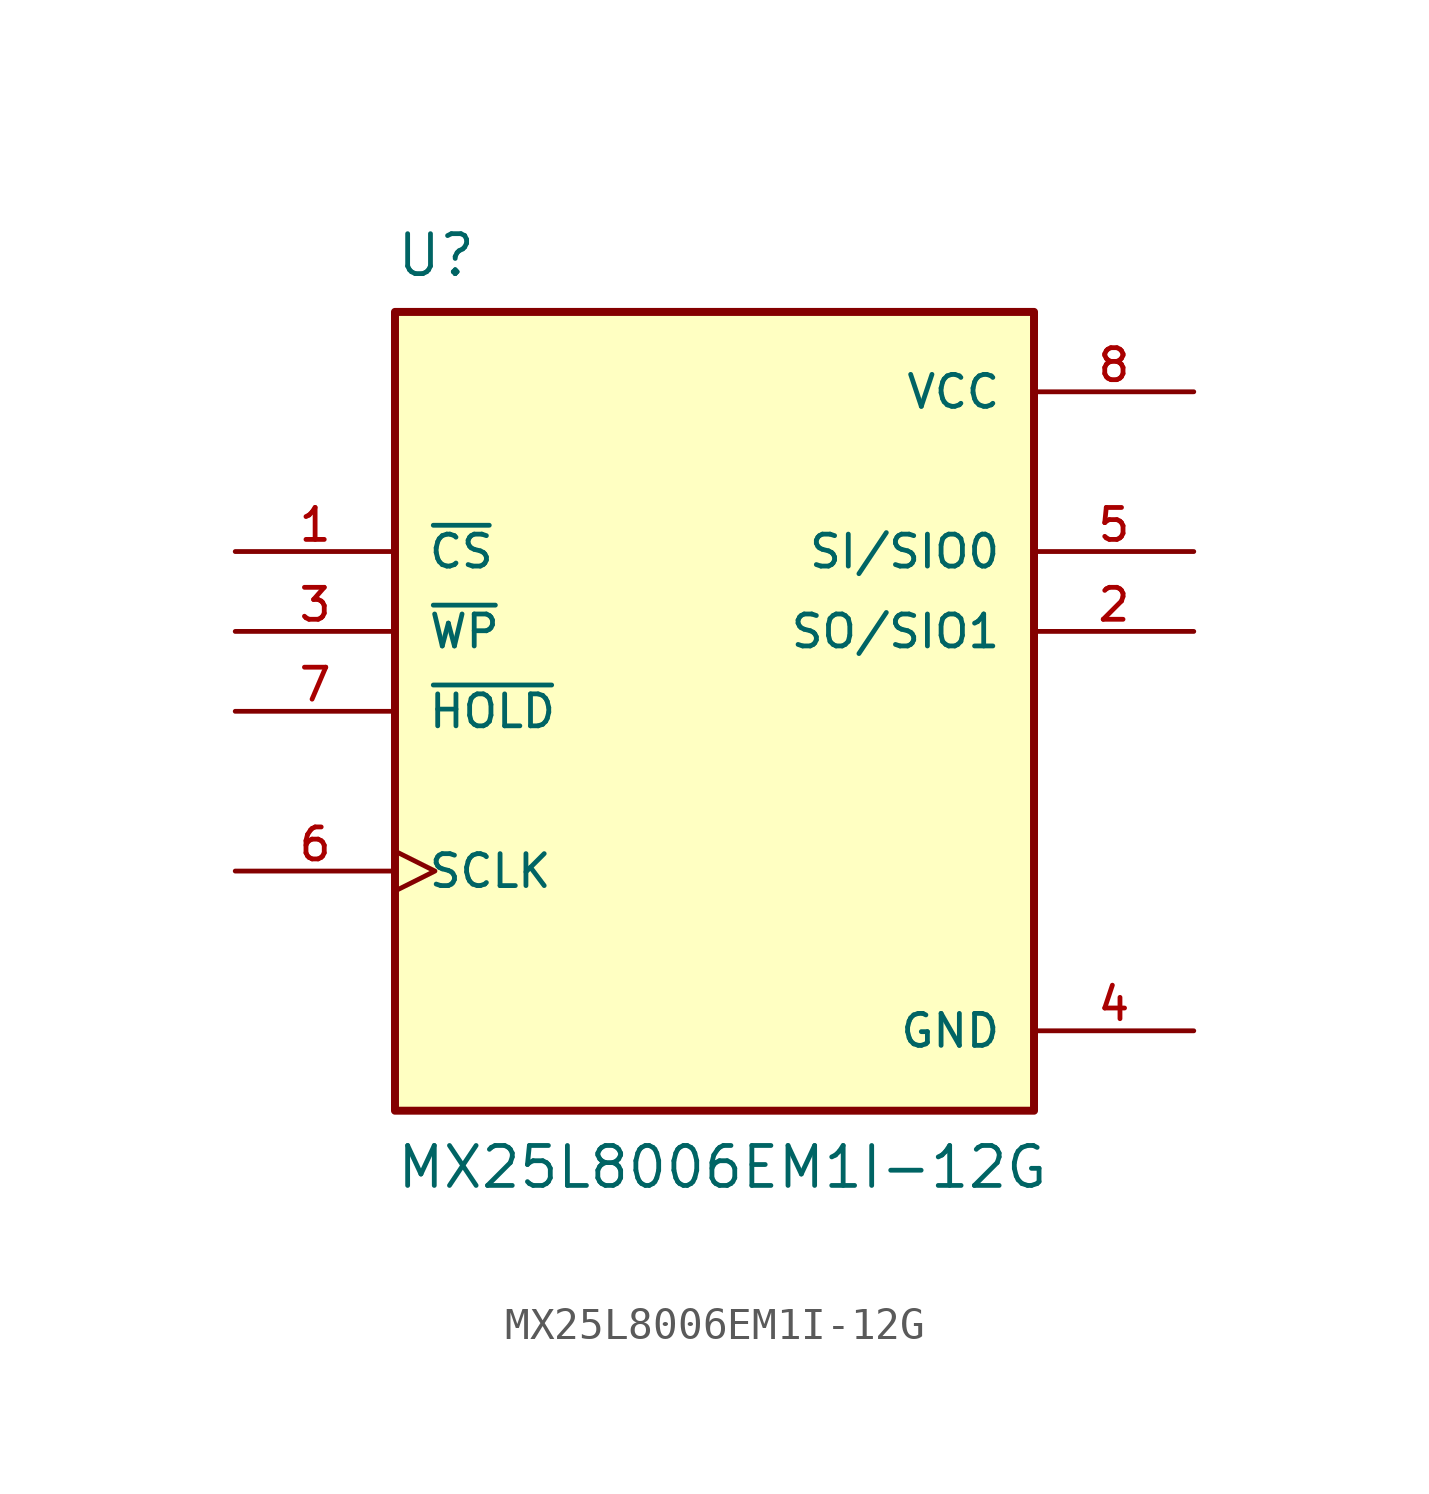
<source format=kicad_sym>
(kicad_symbol_lib
  (version 20211014)
  (generator kicad_symbol_editor)
  (symbol "MX25L8006EM1I-12G"
    (pin_names
      (offset 1.016))
    (property "Reference" "U"
      (at -10.16 15.24 0)
      (effects (font (size 1.27 1.27)) (justify top left)))
    (property "Value" "MX25L8006EM1I-12G"
      (at -10.16 -15.24 0)
      (effects (font (size 1.27 1.27)) (justify bottom left)))
    (symbol "MX25L8006EM1I-12G_0_0"
      (rectangle (start -10.16 -12.7) (end 10.16 12.7) (stroke (width 0.254)) (fill (type background)))
      (pin input line (at -15.24 5.08 0) (length 5.08) (name "~{CS}" (effects (font (size 1.016 1.016)))) (number "1" (effects (font (size 1.016 1.016)))))
      (pin bidirectional line (at 15.24 5.08 180.0) (length 5.08) (name "SI/SIO0" (effects (font (size 1.016 1.016)))) (number "5" (effects (font (size 1.016 1.016)))))
      (pin bidirectional line (at 15.24 2.54 180.0) (length 5.08) (name "SO/SIO1" (effects (font (size 1.016 1.016)))) (number "2" (effects (font (size 1.016 1.016)))))
      (pin input clock (at -15.24 -5.08 0) (length 5.08) (name "SCLK" (effects (font (size 1.016 1.016)))) (number "6" (effects (font (size 1.016 1.016)))))
      (pin input line (at -15.24 2.54 0) (length 5.08) (name "~{WP}" (effects (font (size 1.016 1.016)))) (number "3" (effects (font (size 1.016 1.016)))))
      (pin input line (at -15.24 0.0 0) (length 5.08) (name "~{HOLD}" (effects (font (size 1.016 1.016)))) (number "7" (effects (font (size 1.016 1.016)))))
      (pin power_in line (at 15.24 10.16 180.0) (length 5.08) (name "VCC" (effects (font (size 1.016 1.016)))) (number "8" (effects (font (size 1.016 1.016)))))
      (pin power_in line (at 15.24 -10.16 180.0) (length 5.08) (name "GND" (effects (font (size 1.016 1.016)))) (number "4" (effects (font (size 1.016 1.016))))))))
</source>
